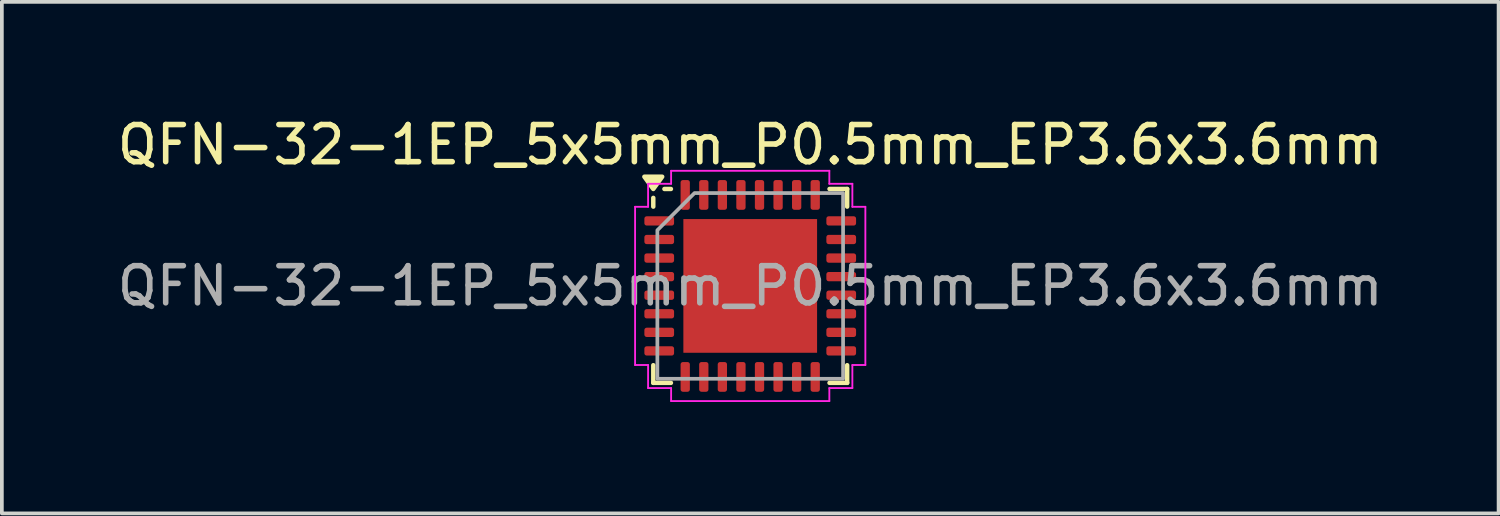
<source format=kicad_pcb>
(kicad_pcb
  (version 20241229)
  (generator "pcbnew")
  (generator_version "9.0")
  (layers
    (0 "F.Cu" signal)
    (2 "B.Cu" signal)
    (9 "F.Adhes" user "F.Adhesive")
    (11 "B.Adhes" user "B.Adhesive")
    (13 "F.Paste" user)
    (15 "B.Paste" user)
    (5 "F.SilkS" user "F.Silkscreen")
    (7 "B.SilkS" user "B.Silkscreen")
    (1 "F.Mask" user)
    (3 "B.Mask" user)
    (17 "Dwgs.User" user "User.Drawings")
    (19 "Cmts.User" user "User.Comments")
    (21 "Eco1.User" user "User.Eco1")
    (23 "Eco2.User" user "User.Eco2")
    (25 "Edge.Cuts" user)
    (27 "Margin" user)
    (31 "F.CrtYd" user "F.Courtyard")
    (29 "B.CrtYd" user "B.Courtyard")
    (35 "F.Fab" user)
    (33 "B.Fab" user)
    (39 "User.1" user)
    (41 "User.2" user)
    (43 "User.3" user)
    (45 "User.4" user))
  (footprint "QFN-32-1EP_5x5mm_P0.5mm_EP3.6x3.6mm"
    (layer "F.Cu")
    (at 17.149 4.648)
    (property "Reference" "QFN-32-1EP_5x5mm_P0.5mm_EP3.6x3.6mm" (at 0 -3.8 0) (layer "F.SilkS") (effects (font (size 1 1) (thickness 0.15))))
    (attr smd)
    (fp_line (start -2.61 -2.135) (end -2.61 -2.37) (stroke (width 0.12) (type solid)) (layer "F.SilkS"))
    (fp_line (start -2.61 2.61) (end -2.61 2.135) (stroke (width 0.12) (type solid)) (layer "F.SilkS"))
    (fp_line (start -2.135 -2.61) (end -2.31 -2.61) (stroke (width 0.12) (type solid)) (layer "F.SilkS"))
    (fp_line (start -2.135 2.61) (end -2.61 2.61) (stroke (width 0.12) (type solid)) (layer "F.SilkS"))
    (fp_line (start 2.135 -2.61) (end 2.61 -2.61) (stroke (width 0.12) (type solid)) (layer "F.SilkS"))
    (fp_line (start 2.135 2.61) (end 2.61 2.61) (stroke (width 0.12) (type solid)) (layer "F.SilkS"))
    (fp_line (start 2.61 -2.61) (end 2.61 -2.135) (stroke (width 0.12) (type solid)) (layer "F.SilkS"))
    (fp_line (start 2.61 2.61) (end 2.61 2.135) (stroke (width 0.12) (type solid)) (layer "F.SilkS"))
    (fp_poly (pts (xy -2.61 -2.61) (xy -2.85 -2.94) (xy -2.37 -2.94)) (stroke (width 0.12) (type solid)) (fill yes) (layer "F.SilkS"))
    (fp_line (start -3.1 -2.13) (end -2.75 -2.13) (stroke (width 0.05) (type solid)) (layer "F.CrtYd"))
    (fp_line (start -3.1 2.13) (end -3.1 -2.13) (stroke (width 0.05) (type solid)) (layer "F.CrtYd"))
    (fp_line (start -2.75 -2.75) (end -2.13 -2.75) (stroke (width 0.05) (type solid)) (layer "F.CrtYd"))
    (fp_line (start -2.75 -2.13) (end -2.75 -2.75) (stroke (width 0.05) (type solid)) (layer "F.CrtYd"))
    (fp_line (start -2.75 2.13) (end -3.1 2.13) (stroke (width 0.05) (type solid)) (layer "F.CrtYd"))
    (fp_line (start -2.75 2.75) (end -2.75 2.13) (stroke (width 0.05) (type solid)) (layer "F.CrtYd"))
    (fp_line (start -2.13 -3.1) (end 2.13 -3.1) (stroke (width 0.05) (type solid)) (layer "F.CrtYd"))
    (fp_line (start -2.13 -2.75) (end -2.13 -3.1) (stroke (width 0.05) (type solid)) (layer "F.CrtYd"))
    (fp_line (start -2.13 2.75) (end -2.75 2.75) (stroke (width 0.05) (type solid)) (layer "F.CrtYd"))
    (fp_line (start -2.13 3.1) (end -2.13 2.75) (stroke (width 0.05) (type solid)) (layer "F.CrtYd"))
    (fp_line (start 2.13 -3.1) (end 2.13 -2.75) (stroke (width 0.05) (type solid)) (layer "F.CrtYd"))
    (fp_line (start 2.13 -2.75) (end 2.75 -2.75) (stroke (width 0.05) (type solid)) (layer "F.CrtYd"))
    (fp_line (start 2.13 2.75) (end 2.13 3.1) (stroke (width 0.05) (type solid)) (layer "F.CrtYd"))
    (fp_line (start 2.13 3.1) (end -2.13 3.1) (stroke (width 0.05) (type solid)) (layer "F.CrtYd"))
    (fp_line (start 2.75 -2.75) (end 2.75 -2.13) (stroke (width 0.05) (type solid)) (layer "F.CrtYd"))
    (fp_line (start 2.75 -2.13) (end 3.1 -2.13) (stroke (width 0.05) (type solid)) (layer "F.CrtYd"))
    (fp_line (start 2.75 2.13) (end 2.75 2.75) (stroke (width 0.05) (type solid)) (layer "F.CrtYd"))
    (fp_line (start 2.75 2.75) (end 2.13 2.75) (stroke (width 0.05) (type solid)) (layer "F.CrtYd"))
    (fp_line (start 3.1 -2.13) (end 3.1 2.13) (stroke (width 0.05) (type solid)) (layer "F.CrtYd"))
    (fp_line (start 3.1 2.13) (end 2.75 2.13) (stroke (width 0.05) (type solid)) (layer "F.CrtYd"))
    (fp_poly (pts (xy -2.5 -1.5) (xy -2.5 2.5) (xy 2.5 2.5) (xy 2.5 -2.5) (xy -1.5 -2.5)) (stroke (width 0.1) (type solid)) (fill no) (layer "F.Fab"))
    (fp_text user "${REFERENCE}" (at 0 0 0) (layer "F.Fab") (effects (font (size 1 1) (thickness 0.15))))
    (pad "" smd roundrect (at -1.2 -1.2) (size 0.97 0.97) (layers "F.Paste") (roundrect_rratio 0.25))
    (pad "" smd roundrect (at -1.2 0) (size 0.97 0.97) (layers "F.Paste") (roundrect_rratio 0.25))
    (pad "" smd roundrect (at -1.2 1.2) (size 0.97 0.97) (layers "F.Paste") (roundrect_rratio 0.25))
    (pad "" smd roundrect (at 0 -1.2) (size 0.97 0.97) (layers "F.Paste") (roundrect_rratio 0.25))
    (pad "" smd roundrect (at 0 0) (size 0.97 0.97) (layers "F.Paste") (roundrect_rratio 0.25))
    (pad "" smd roundrect (at 0 1.2) (size 0.97 0.97) (layers "F.Paste") (roundrect_rratio 0.25))
    (pad "" smd roundrect (at 1.2 -1.2) (size 0.97 0.97) (layers "F.Paste") (roundrect_rratio 0.25))
    (pad "" smd roundrect (at 1.2 0) (size 0.97 0.97) (layers "F.Paste") (roundrect_rratio 0.25))
    (pad "" smd roundrect (at 1.2 1.2) (size 0.97 0.97) (layers "F.Paste") (roundrect_rratio 0.25))
    (pad "1" smd roundrect (at -2.45 -1.75) (size 0.8 0.25) (layers "F.Cu" "F.Mask" "F.Paste") (roundrect_rratio 0.25))
    (pad "2" smd roundrect (at -2.45 -1.25) (size 0.8 0.25) (layers "F.Cu" "F.Mask" "F.Paste") (roundrect_rratio 0.25))
    (pad "3" smd roundrect (at -2.45 -0.75) (size 0.8 0.25) (layers "F.Cu" "F.Mask" "F.Paste") (roundrect_rratio 0.25))
    (pad "4" smd roundrect (at -2.45 -0.25) (size 0.8 0.25) (layers "F.Cu" "F.Mask" "F.Paste") (roundrect_rratio 0.25))
    (pad "5" smd roundrect (at -2.45 0.25) (size 0.8 0.25) (layers "F.Cu" "F.Mask" "F.Paste") (roundrect_rratio 0.25))
    (pad "6" smd roundrect (at -2.45 0.75) (size 0.8 0.25) (layers "F.Cu" "F.Mask" "F.Paste") (roundrect_rratio 0.25))
    (pad "7" smd roundrect (at -2.45 1.25) (size 0.8 0.25) (layers "F.Cu" "F.Mask" "F.Paste") (roundrect_rratio 0.25))
    (pad "8" smd roundrect (at -2.45 1.75) (size 0.8 0.25) (layers "F.Cu" "F.Mask" "F.Paste") (roundrect_rratio 0.25))
    (pad "9" smd roundrect (at -1.75 2.45) (size 0.25 0.8) (layers "F.Cu" "F.Mask" "F.Paste") (roundrect_rratio 0.25))
    (pad "10" smd roundrect (at -1.25 2.45) (size 0.25 0.8) (layers "F.Cu" "F.Mask" "F.Paste") (roundrect_rratio 0.25))
    (pad "11" smd roundrect (at -0.75 2.45) (size 0.25 0.8) (layers "F.Cu" "F.Mask" "F.Paste") (roundrect_rratio 0.25))
    (pad "12" smd roundrect (at -0.25 2.45) (size 0.25 0.8) (layers "F.Cu" "F.Mask" "F.Paste") (roundrect_rratio 0.25))
    (pad "13" smd roundrect (at 0.25 2.45) (size 0.25 0.8) (layers "F.Cu" "F.Mask" "F.Paste") (roundrect_rratio 0.25))
    (pad "14" smd roundrect (at 0.75 2.45) (size 0.25 0.8) (layers "F.Cu" "F.Mask" "F.Paste") (roundrect_rratio 0.25))
    (pad "15" smd roundrect (at 1.25 2.45) (size 0.25 0.8) (layers "F.Cu" "F.Mask" "F.Paste") (roundrect_rratio 0.25))
    (pad "16" smd roundrect (at 1.75 2.45) (size 0.25 0.8) (layers "F.Cu" "F.Mask" "F.Paste") (roundrect_rratio 0.25))
    (pad "17" smd roundrect (at 2.45 1.75) (size 0.8 0.25) (layers "F.Cu" "F.Mask" "F.Paste") (roundrect_rratio 0.25))
    (pad "18" smd roundrect (at 2.45 1.25) (size 0.8 0.25) (layers "F.Cu" "F.Mask" "F.Paste") (roundrect_rratio 0.25))
    (pad "19" smd roundrect (at 2.45 0.75) (size 0.8 0.25) (layers "F.Cu" "F.Mask" "F.Paste") (roundrect_rratio 0.25))
    (pad "20" smd roundrect (at 2.45 0.25) (size 0.8 0.25) (layers "F.Cu" "F.Mask" "F.Paste") (roundrect_rratio 0.25))
    (pad "21" smd roundrect (at 2.45 -0.25) (size 0.8 0.25) (layers "F.Cu" "F.Mask" "F.Paste") (roundrect_rratio 0.25))
    (pad "22" smd roundrect (at 2.45 -0.75) (size 0.8 0.25) (layers "F.Cu" "F.Mask" "F.Paste") (roundrect_rratio 0.25))
    (pad "23" smd roundrect (at 2.45 -1.25) (size 0.8 0.25) (layers "F.Cu" "F.Mask" "F.Paste") (roundrect_rratio 0.25))
    (pad "24" smd roundrect (at 2.45 -1.75) (size 0.8 0.25) (layers "F.Cu" "F.Mask" "F.Paste") (roundrect_rratio 0.25))
    (pad "25" smd roundrect (at 1.75 -2.45) (size 0.25 0.8) (layers "F.Cu" "F.Mask" "F.Paste") (roundrect_rratio 0.25))
    (pad "26" smd roundrect (at 1.25 -2.45) (size 0.25 0.8) (layers "F.Cu" "F.Mask" "F.Paste") (roundrect_rratio 0.25))
    (pad "27" smd roundrect (at 0.75 -2.45) (size 0.25 0.8) (layers "F.Cu" "F.Mask" "F.Paste") (roundrect_rratio 0.25))
    (pad "28" smd roundrect (at 0.25 -2.45) (size 0.25 0.8) (layers "F.Cu" "F.Mask" "F.Paste") (roundrect_rratio 0.25))
    (pad "29" smd roundrect (at -0.25 -2.45) (size 0.25 0.8) (layers "F.Cu" "F.Mask" "F.Paste") (roundrect_rratio 0.25))
    (pad "30" smd roundrect (at -0.75 -2.45) (size 0.25 0.8) (layers "F.Cu" "F.Mask" "F.Paste") (roundrect_rratio 0.25))
    (pad "31" smd roundrect (at -1.25 -2.45) (size 0.25 0.8) (layers "F.Cu" "F.Mask" "F.Paste") (roundrect_rratio 0.25))
    (pad "32" smd roundrect (at -1.75 -2.45) (size 0.25 0.8) (layers "F.Cu" "F.Mask" "F.Paste") (roundrect_rratio 0.25))
    (pad "33" smd rect (at 0 0) (size 3.6 3.6) (property pad_prop_heatsink) (layers "F.Cu" "F.Mask")))
  (gr_rect
    (start -3 -3)
    (end 37.298 10.773)
    (stroke (width 0.1) (type default))
    (fill no)
    (layer "Edge.Cuts")))
</source>
